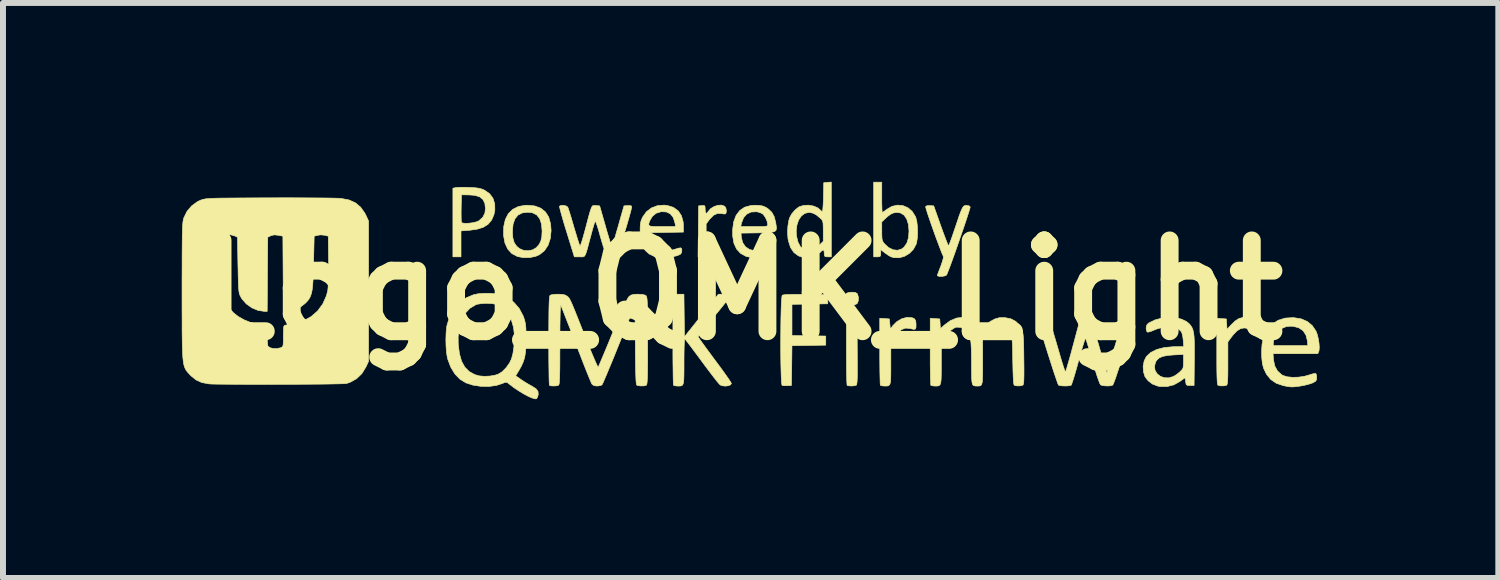
<source format=kicad_pcb>
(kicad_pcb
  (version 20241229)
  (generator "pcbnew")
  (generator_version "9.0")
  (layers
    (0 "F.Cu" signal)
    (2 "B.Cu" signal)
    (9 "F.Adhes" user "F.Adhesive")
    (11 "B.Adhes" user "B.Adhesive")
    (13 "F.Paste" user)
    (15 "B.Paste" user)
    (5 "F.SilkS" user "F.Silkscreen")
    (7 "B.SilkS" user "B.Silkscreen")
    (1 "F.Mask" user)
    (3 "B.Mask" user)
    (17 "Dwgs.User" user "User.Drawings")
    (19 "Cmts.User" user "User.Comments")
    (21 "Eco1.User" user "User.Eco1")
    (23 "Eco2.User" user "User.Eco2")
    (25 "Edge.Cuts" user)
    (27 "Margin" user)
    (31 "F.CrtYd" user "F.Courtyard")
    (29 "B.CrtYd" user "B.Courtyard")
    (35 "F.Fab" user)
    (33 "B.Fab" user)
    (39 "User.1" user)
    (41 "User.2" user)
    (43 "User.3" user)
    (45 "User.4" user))
  (footprint "Logo_QMK_Light"
    (layer "F.Cu")
    (at 9.393 1.819)
    (property "Reference" "Logo_QMK_Light" (at 0 0 0) (layer "F.SilkS") (effects (font (size 1.524 1.524) (thickness 0.3))))
    (attr through_hole)
    (fp_poly (pts (xy 1.91 0.039) (xy 1.94 0.056) (xy 1.947 0.067) (xy 1.962 0.119) (xy 1.961 0.176) (xy 1.943 0.221) (xy 1.938 0.227) (xy 1.901 0.246) (xy 1.848 0.253) (xy 1.794 0.249) (xy 1.761 0.237) (xy 1.742 0.207) (xy 1.736 0.147) (xy 1.736 0.144) (xy 1.741 0.087) (xy 1.761 0.053) (xy 1.802 0.038) (xy 1.858 0.034) (xy 1.91 0.039)) (stroke (width 0.01) (type solid)) (fill yes) (layer "F.SilkS"))
    (fp_poly (pts (xy 1.939 0.483) (xy 1.943 1.032) (xy 1.944 1.19) (xy 1.944 1.318) (xy 1.944 1.417) (xy 1.942 1.492) (xy 1.939 1.544) (xy 1.934 1.576) (xy 1.929 1.592) (xy 1.926 1.595) (xy 1.895 1.604) (xy 1.85 1.608) (xy 1.804 1.606) (xy 1.775 1.599) (xy 1.772 1.597) (xy 1.77 1.578) (xy 1.767 1.529) (xy 1.765 1.455) (xy 1.763 1.359) (xy 1.762 1.245) (xy 1.761 1.117) (xy 1.761 1.029) (xy 1.761 0.472) (xy 1.939 0.483)) (stroke (width 0.01) (type solid)) (fill yes) (layer "F.SilkS"))
    (fp_poly (pts (xy -0.283 -1.408) (xy -0.28 -1.406) (xy -0.262 -1.376) (xy -0.254 -1.335) (xy -0.258 -1.297) (xy -0.269 -1.28) (xy -0.294 -1.278) (xy -0.333 -1.285) (xy -0.401 -1.288) (xy -0.468 -1.258) (xy -0.531 -1.194) (xy -0.539 -1.184) (xy -0.593 -1.111) (xy -0.593 -0.559) (xy -0.729 -0.559) (xy -0.724 -0.986) (xy -0.72 -1.414) (xy -0.665 -1.419) (xy -0.63 -1.421) (xy -0.614 -1.41) (xy -0.61 -1.378) (xy -0.61 -1.356) (xy -0.605 -1.307) (xy -0.591 -1.288) (xy -0.571 -1.301) (xy -0.559 -1.32) (xy -0.519 -1.367) (xy -0.461 -1.403) (xy -0.396 -1.424) (xy -0.333 -1.427) (xy -0.283 -1.408)) (stroke (width 0.01) (type solid)) (fill yes) (layer "F.SilkS"))
    (fp_poly (pts (xy 1.077 0.072) (xy 1.448 0.076) (xy 1.448 0.229) (xy 0.847 0.238) (xy 0.847 0.761) (xy 1.13 0.766) (xy 1.414 0.77) (xy 1.414 0.923) (xy 0.847 0.932) (xy 0.843 1.266) (xy 0.838 1.6) (xy 0.77 1.603) (xy 0.722 1.604) (xy 0.686 1.599) (xy 0.682 1.598) (xy 0.676 1.579) (xy 0.671 1.531) (xy 0.667 1.457) (xy 0.664 1.361) (xy 0.661 1.249) (xy 0.659 1.124) (xy 0.658 0.99) (xy 0.658 0.852) (xy 0.659 0.713) (xy 0.66 0.578) (xy 0.662 0.452) (xy 0.665 0.337) (xy 0.668 0.24) (xy 0.673 0.162) (xy 0.678 0.11) (xy 0.683 0.087) (xy 0.684 0.086) (xy 0.706 0.079) (xy 0.755 0.074) (xy 0.832 0.072) (xy 0.939 0.071) (xy 1.077 0.072)) (stroke (width 0.01) (type solid)) (fill yes) (layer "F.SilkS"))
    (fp_poly (pts (xy 8.518 0.462) (xy 8.56 0.48) (xy 8.58 0.517) (xy 8.585 0.576) (xy 8.584 0.629) (xy 8.575 0.653) (xy 8.551 0.657) (xy 8.505 0.645) (xy 8.503 0.644) (xy 8.436 0.634) (xy 8.375 0.646) (xy 8.315 0.683) (xy 8.252 0.748) (xy 8.21 0.803) (xy 8.162 0.869) (xy 8.162 1.228) (xy 8.162 1.349) (xy 8.161 1.44) (xy 8.158 1.506) (xy 8.155 1.551) (xy 8.15 1.578) (xy 8.143 1.593) (xy 8.135 1.598) (xy 8.09 1.606) (xy 8.036 1.606) (xy 7.997 1.597) (xy 7.991 1.587) (xy 7.986 1.561) (xy 7.982 1.515) (xy 7.979 1.447) (xy 7.977 1.354) (xy 7.976 1.234) (xy 7.976 1.083) (xy 7.976 1.031) (xy 7.976 0.472) (xy 8.136 0.483) (xy 8.142 0.57) (xy 8.147 0.658) (xy 8.217 0.582) (xy 8.285 0.516) (xy 8.346 0.477) (xy 8.411 0.459) (xy 8.45 0.457) (xy 8.518 0.462)) (stroke (width 0.01) (type solid)) (fill yes) (layer "F.SilkS"))
    (fp_poly (pts (xy 2.861 0.462) (xy 2.903 0.48) (xy 2.924 0.516) (xy 2.929 0.575) (xy 2.929 0.576) (xy 2.928 0.627) (xy 2.917 0.653) (xy 2.891 0.658) (xy 2.842 0.647) (xy 2.824 0.643) (xy 2.752 0.637) (xy 2.683 0.663) (xy 2.613 0.721) (xy 2.572 0.77) (xy 2.506 0.858) (xy 2.506 1.223) (xy 2.506 1.347) (xy 2.505 1.441) (xy 2.503 1.509) (xy 2.497 1.556) (xy 2.487 1.585) (xy 2.471 1.601) (xy 2.449 1.608) (xy 2.42 1.609) (xy 2.398 1.609) (xy 2.356 1.605) (xy 2.332 1.598) (xy 2.331 1.597) (xy 2.328 1.578) (xy 2.326 1.529) (xy 2.324 1.455) (xy 2.322 1.359) (xy 2.321 1.245) (xy 2.32 1.117) (xy 2.32 1.029) (xy 2.32 0.472) (xy 2.4 0.477) (xy 2.481 0.483) (xy 2.489 0.567) (xy 2.498 0.652) (xy 2.54 0.595) (xy 2.606 0.529) (xy 2.686 0.482) (xy 2.769 0.458) (xy 2.792 0.457) (xy 2.861 0.462)) (stroke (width 0.01) (type solid)) (fill yes) (layer "F.SilkS"))
    (fp_poly (pts (xy -4.633 -1.726) (xy -4.576 -1.724) (xy -4.485 -1.72) (xy -4.419 -1.712) (xy -4.367 -1.7) (xy -4.321 -1.682) (xy -4.313 -1.678) (xy -4.229 -1.62) (xy -4.171 -1.543) (xy -4.141 -1.449) (xy -4.139 -1.343) (xy -4.154 -1.268) (xy -4.193 -1.176) (xy -4.252 -1.106) (xy -4.333 -1.055) (xy -4.44 -1.022) (xy -4.563 -1.005) (xy -4.707 -0.994) (xy -4.707 -0.559) (xy -4.843 -0.559) (xy -4.843 -1.297) (xy -4.705 -1.297) (xy -4.704 -1.223) (xy -4.703 -1.168) (xy -4.7 -1.139) (xy -4.699 -1.138) (xy -4.678 -1.125) (xy -4.634 -1.121) (xy -4.575 -1.123) (xy -4.512 -1.131) (xy -4.455 -1.144) (xy -4.411 -1.161) (xy -4.404 -1.166) (xy -4.34 -1.225) (xy -4.306 -1.293) (xy -4.297 -1.37) (xy -4.307 -1.457) (xy -4.339 -1.522) (xy -4.394 -1.566) (xy -4.475 -1.591) (xy -4.568 -1.598) (xy -4.699 -1.6) (xy -4.704 -1.381) (xy -4.705 -1.297) (xy -4.843 -1.297) (xy -4.843 -1.71) (xy -4.8 -1.72) (xy -4.766 -1.724) (xy -4.707 -1.726) (xy -4.633 -1.726)) (stroke (width 0.01) (type solid)) (fill yes) (layer "F.SilkS"))
    (fp_poly (pts (xy -3.468 -1.413) (xy -3.368 -1.375) (xy -3.29 -1.313) (xy -3.235 -1.226) (xy -3.204 -1.114) (xy -3.195 -0.999) (xy -3.208 -0.867) (xy -3.245 -0.755) (xy -3.305 -0.664) (xy -3.386 -0.598) (xy -3.452 -0.568) (xy -3.551 -0.547) (xy -3.656 -0.545) (xy -3.753 -0.563) (xy -3.765 -0.567) (xy -3.855 -0.615) (xy -3.923 -0.69) (xy -3.969 -0.789) (xy -3.992 -0.912) (xy -3.993 -0.925) (xy -3.992 -0.981) (xy -3.844 -0.981) (xy -3.837 -0.877) (xy -3.814 -0.797) (xy -3.772 -0.736) (xy -3.725 -0.697) (xy -3.657 -0.668) (xy -3.578 -0.662) (xy -3.503 -0.677) (xy -3.444 -0.713) (xy -3.397 -0.766) (xy -3.367 -0.824) (xy -3.351 -0.897) (xy -3.346 -0.992) (xy -3.356 -1.109) (xy -3.386 -1.199) (xy -3.436 -1.262) (xy -3.507 -1.298) (xy -3.585 -1.308) (xy -3.679 -1.296) (xy -3.751 -1.259) (xy -3.802 -1.196) (xy -3.833 -1.107) (xy -3.844 -0.99) (xy -3.844 -0.981) (xy -3.992 -0.981) (xy -3.99 -1.067) (xy -3.963 -1.186) (xy -3.913 -1.283) (xy -3.84 -1.355) (xy -3.745 -1.403) (xy -3.63 -1.424) (xy -3.591 -1.425) (xy -3.468 -1.413)) (stroke (width 0.01) (type solid)) (fill yes) (layer "F.SilkS"))
    (fp_poly (pts (xy -1.241 -1.42) (xy -1.139 -1.387) (xy -1.061 -1.329) (xy -1.008 -1.249) (xy -0.979 -1.146) (xy -0.975 -1.084) (xy -0.974 -0.974) (xy -1.558 -0.964) (xy -1.557 -0.91) (xy -1.544 -0.832) (xy -1.51 -0.76) (xy -1.461 -0.705) (xy -1.435 -0.689) (xy -1.363 -0.668) (xy -1.274 -0.661) (xy -1.182 -0.669) (xy -1.118 -0.686) (xy -1.056 -0.705) (xy -1.02 -0.71) (xy -1.004 -0.697) (xy -1.001 -0.667) (xy -1.002 -0.657) (xy -1.008 -0.625) (xy -1.024 -0.604) (xy -1.058 -0.587) (xy -1.101 -0.573) (xy -1.2 -0.552) (xy -1.306 -0.545) (xy -1.405 -0.552) (xy -1.464 -0.567) (xy -1.549 -0.607) (xy -1.611 -0.662) (xy -1.659 -0.738) (xy -1.68 -0.783) (xy -1.693 -0.826) (xy -1.699 -0.879) (xy -1.701 -0.951) (xy -1.701 -0.982) (xy -1.7 -1.063) (xy -1.696 -1.103) (xy -1.558 -1.103) (xy -1.55 -1.084) (xy -1.524 -1.073) (xy -1.475 -1.068) (xy -1.399 -1.067) (xy -1.332 -1.067) (xy -1.105 -1.067) (xy -1.117 -1.13) (xy -1.145 -1.219) (xy -1.193 -1.279) (xy -1.259 -1.312) (xy -1.345 -1.317) (xy -1.35 -1.316) (xy -1.432 -1.291) (xy -1.496 -1.238) (xy -1.535 -1.173) (xy -1.551 -1.132) (xy -1.558 -1.103) (xy -1.696 -1.103) (xy -1.695 -1.122) (xy -1.684 -1.168) (xy -1.665 -1.213) (xy -1.658 -1.228) (xy -1.595 -1.316) (xy -1.511 -1.38) (xy -1.411 -1.418) (xy -1.301 -1.427) (xy -1.241 -1.42)) (stroke (width 0.01) (type solid)) (fill yes) (layer "F.SilkS"))
    (fp_poly (pts (xy 2.354 -1.558) (xy 2.354 -1.469) (xy 2.356 -1.394) (xy 2.358 -1.339) (xy 2.361 -1.308) (xy 2.363 -1.304) (xy 2.381 -1.314) (xy 2.415 -1.338) (xy 2.435 -1.354) (xy 2.524 -1.406) (xy 2.617 -1.427) (xy 2.708 -1.419) (xy 2.793 -1.383) (xy 2.865 -1.321) (xy 2.919 -1.235) (xy 2.925 -1.22) (xy 2.942 -1.154) (xy 2.952 -1.066) (xy 2.955 -0.97) (xy 2.951 -0.877) (xy 2.939 -0.8) (xy 2.932 -0.774) (xy 2.886 -0.687) (xy 2.818 -0.617) (xy 2.736 -0.568) (xy 2.646 -0.543) (xy 2.554 -0.546) (xy 2.508 -0.56) (xy 2.471 -0.58) (xy 2.423 -0.613) (xy 2.402 -0.628) (xy 2.337 -0.68) (xy 2.337 -0.619) (xy 2.334 -0.579) (xy 2.32 -0.562) (xy 2.285 -0.559) (xy 2.278 -0.559) (xy 2.218 -0.559) (xy 2.218 -1.145) (xy 2.354 -1.145) (xy 2.354 -0.988) (xy 2.355 -0.913) (xy 2.358 -0.863) (xy 2.366 -0.828) (xy 2.381 -0.801) (xy 2.398 -0.78) (xy 2.468 -0.715) (xy 2.543 -0.678) (xy 2.618 -0.669) (xy 2.688 -0.691) (xy 2.726 -0.72) (xy 2.775 -0.789) (xy 2.803 -0.883) (xy 2.811 -0.991) (xy 2.801 -1.103) (xy 2.773 -1.193) (xy 2.729 -1.258) (xy 2.669 -1.295) (xy 2.614 -1.304) (xy 2.557 -1.298) (xy 2.505 -1.276) (xy 2.449 -1.234) (xy 2.417 -1.205) (xy 2.354 -1.145) (xy 2.218 -1.145) (xy 2.218 -1.812) (xy 2.354 -1.812) (xy 2.354 -1.558)) (stroke (width 0.01) (type solid)) (fill yes) (layer "F.SilkS"))
    (fp_poly (pts (xy 3.818 -1.415) (xy 3.838 -1.397) (xy 3.834 -1.377) (xy 3.82 -1.33) (xy 3.798 -1.26) (xy 3.769 -1.171) (xy 3.735 -1.069) (xy 3.696 -0.957) (xy 3.656 -0.84) (xy 3.615 -0.722) (xy 3.575 -0.608) (xy 3.537 -0.503) (xy 3.503 -0.41) (xy 3.474 -0.335) (xy 3.453 -0.281) (xy 3.441 -0.254) (xy 3.439 -0.252) (xy 3.411 -0.239) (xy 3.367 -0.231) (xy 3.324 -0.231) (xy 3.315 -0.232) (xy 3.29 -0.241) (xy 3.285 -0.245) (xy 3.291 -0.262) (xy 3.306 -0.304) (xy 3.328 -0.362) (xy 3.343 -0.399) (xy 3.372 -0.483) (xy 3.387 -0.539) (xy 3.386 -0.571) (xy 3.384 -0.575) (xy 3.37 -0.605) (xy 3.347 -0.661) (xy 3.319 -0.735) (xy 3.286 -0.823) (xy 3.25 -0.92) (xy 3.214 -1.021) (xy 3.179 -1.12) (xy 3.148 -1.211) (xy 3.121 -1.29) (xy 3.102 -1.352) (xy 3.091 -1.391) (xy 3.09 -1.402) (xy 3.114 -1.418) (xy 3.162 -1.419) (xy 3.226 -1.414) (xy 3.344 -1.08) (xy 3.38 -0.98) (xy 3.413 -0.892) (xy 3.44 -0.821) (xy 3.461 -0.771) (xy 3.473 -0.747) (xy 3.474 -0.745) (xy 3.483 -0.76) (xy 3.5 -0.803) (xy 3.524 -0.867) (xy 3.552 -0.949) (xy 3.582 -1.037) (xy 3.623 -1.158) (xy 3.654 -1.251) (xy 3.68 -1.319) (xy 3.7 -1.366) (xy 3.718 -1.396) (xy 3.735 -1.413) (xy 3.752 -1.421) (xy 3.773 -1.422) (xy 3.777 -1.422) (xy 3.818 -1.415)) (stroke (width 0.01) (type solid)) (fill yes) (layer "F.SilkS"))
    (fp_poly (pts (xy 0.301 -1.422) (xy 0.36 -1.411) (xy 0.411 -1.389) (xy 0.453 -1.36) (xy 0.51 -1.305) (xy 0.549 -1.233) (xy 0.574 -1.136) (xy 0.576 -1.123) (xy 0.584 -1.069) (xy 0.586 -1.029) (xy 0.577 -1.001) (xy 0.554 -0.983) (xy 0.511 -0.972) (xy 0.446 -0.966) (xy 0.354 -0.963) (xy 0.275 -0.961) (xy -0.008 -0.957) (xy -0.003 -0.889) (xy 0.019 -0.798) (xy 0.066 -0.729) (xy 0.134 -0.683) (xy 0.223 -0.66) (xy 0.329 -0.662) (xy 0.433 -0.686) (xy 0.491 -0.703) (xy 0.523 -0.708) (xy 0.538 -0.7) (xy 0.542 -0.678) (xy 0.542 -0.66) (xy 0.537 -0.623) (xy 0.515 -0.599) (xy 0.478 -0.581) (xy 0.413 -0.563) (xy 0.329 -0.551) (xy 0.238 -0.547) (xy 0.153 -0.551) (xy 0.087 -0.563) (xy 0.078 -0.566) (xy -0.014 -0.616) (xy -0.082 -0.689) (xy -0.127 -0.786) (xy -0.148 -0.908) (xy -0.149 -1.014) (xy -0.142 -1.067) (xy -0.013 -1.067) (xy 0.213 -1.067) (xy 0.305 -1.067) (xy 0.368 -1.068) (xy 0.407 -1.072) (xy 0.429 -1.077) (xy 0.438 -1.087) (xy 0.44 -1.1) (xy 0.44 -1.101) (xy 0.429 -1.158) (xy 0.401 -1.221) (xy 0.364 -1.271) (xy 0.359 -1.276) (xy 0.319 -1.298) (xy 0.265 -1.314) (xy 0.249 -1.316) (xy 0.161 -1.311) (xy 0.089 -1.277) (xy 0.035 -1.216) (xy 0.001 -1.129) (xy 0.000086 -1.126) (xy -0.013 -1.067) (xy -0.142 -1.067) (xy -0.131 -1.147) (xy -0.091 -1.254) (xy -0.029 -1.336) (xy 0.053 -1.392) (xy 0.156 -1.42) (xy 0.22 -1.425) (xy 0.301 -1.422)) (stroke (width 0.01) (type solid)) (fill yes) (layer "F.SilkS"))
    (fp_poly (pts (xy 1.507 -0.559) (xy 1.448 -0.559) (xy 1.408 -0.561) (xy 1.392 -0.576) (xy 1.389 -0.614) (xy 1.389 -0.618) (xy 1.384 -0.662) (xy 1.369 -0.675) (xy 1.342 -0.656) (xy 1.328 -0.641) (xy 1.272 -0.597) (xy 1.198 -0.563) (xy 1.12 -0.544) (xy 1.092 -0.542) (xy 1.034 -0.55) (xy 0.97 -0.57) (xy 0.952 -0.578) (xy 0.878 -0.633) (xy 0.823 -0.715) (xy 0.788 -0.825) (xy 0.78 -0.864) (xy 0.773 -0.964) (xy 0.774 -0.993) (xy 0.918 -0.993) (xy 0.923 -0.909) (xy 0.948 -0.807) (xy 0.988 -0.73) (xy 1.043 -0.682) (xy 1.111 -0.663) (xy 1.189 -0.675) (xy 1.197 -0.678) (xy 1.237 -0.701) (xy 1.286 -0.738) (xy 1.308 -0.758) (xy 1.372 -0.82) (xy 1.372 -0.991) (xy 1.371 -1.069) (xy 1.369 -1.121) (xy 1.362 -1.155) (xy 1.351 -1.178) (xy 1.332 -1.199) (xy 1.325 -1.205) (xy 1.259 -1.26) (xy 1.203 -1.291) (xy 1.148 -1.303) (xy 1.129 -1.304) (xy 1.061 -1.288) (xy 1.004 -1.244) (xy 0.959 -1.177) (xy 0.93 -1.092) (xy 0.918 -0.993) (xy 0.774 -0.993) (xy 0.778 -1.07) (xy 0.794 -1.169) (xy 0.81 -1.22) (xy 0.845 -1.283) (xy 0.899 -1.345) (xy 0.957 -1.392) (xy 0.969 -1.399) (xy 1.042 -1.422) (xy 1.125 -1.426) (xy 1.207 -1.412) (xy 1.279 -1.382) (xy 1.32 -1.347) (xy 1.344 -1.325) (xy 1.356 -1.321) (xy 1.362 -1.337) (xy 1.367 -1.381) (xy 1.371 -1.446) (xy 1.375 -1.528) (xy 1.375 -1.562) (xy 1.38 -1.803) (xy 1.444 -1.809) (xy 1.507 -1.814) (xy 1.507 -0.559)) (stroke (width 0.01) (type solid)) (fill yes) (layer "F.SilkS"))
    (fp_poly (pts (xy 9.263 0.461) (xy 9.39 0.481) (xy 9.495 0.526) (xy 9.579 0.596) (xy 9.641 0.688) (xy 9.662 0.744) (xy 9.679 0.814) (xy 9.691 0.889) (xy 9.696 0.959) (xy 9.692 1.011) (xy 9.688 1.027) (xy 9.67 1.067) (xy 8.92 1.067) (xy 8.927 1.167) (xy 8.948 1.271) (xy 8.995 1.356) (xy 9.064 1.419) (xy 9.087 1.432) (xy 9.157 1.454) (xy 9.247 1.463) (xy 9.348 1.46) (xy 9.449 1.445) (xy 9.523 1.424) (xy 9.577 1.407) (xy 9.619 1.398) (xy 9.637 1.398) (xy 9.647 1.42) (xy 9.652 1.46) (xy 9.652 1.467) (xy 9.649 1.504) (xy 9.633 1.529) (xy 9.597 1.55) (xy 9.578 1.559) (xy 9.517 1.579) (xy 9.436 1.599) (xy 9.348 1.614) (xy 9.268 1.623) (xy 9.229 1.624) (xy 9.188 1.62) (xy 9.131 1.61) (xy 9.091 1.602) (xy 8.975 1.563) (xy 8.882 1.5) (xy 8.809 1.41) (xy 8.762 1.312) (xy 8.741 1.232) (xy 8.73 1.13) (xy 8.728 1.019) (xy 8.735 0.911) (xy 8.74 0.886) (xy 8.924 0.886) (xy 8.924 0.931) (xy 9.504 0.931) (xy 9.496 0.849) (xy 9.472 0.754) (xy 9.424 0.681) (xy 9.351 0.631) (xy 9.258 0.607) (xy 9.217 0.605) (xy 9.144 0.611) (xy 9.084 0.635) (xy 9.062 0.648) (xy 9.006 0.699) (xy 8.96 0.767) (xy 8.931 0.84) (xy 8.924 0.886) (xy 8.74 0.886) (xy 8.752 0.817) (xy 8.763 0.78) (xy 8.822 0.663) (xy 8.904 0.572) (xy 9.005 0.506) (xy 9.123 0.469) (xy 9.258 0.461) (xy 9.263 0.461)) (stroke (width 0.01) (type solid)) (fill yes) (layer "F.SilkS"))
    (fp_poly (pts (xy -0.957 0.782) (xy -0.672 0.425) (xy -0.388 0.068) (xy -0.298 0.068) (xy -0.246 0.07) (xy -0.209 0.074) (xy -0.199 0.078) (xy -0.194 0.088) (xy -0.197 0.103) (xy -0.21 0.127) (xy -0.234 0.164) (xy -0.273 0.214) (xy -0.328 0.283) (xy -0.401 0.372) (xy -0.469 0.454) (xy -0.541 0.542) (xy -0.606 0.621) (xy -0.66 0.689) (xy -0.7 0.74) (xy -0.723 0.772) (xy -0.728 0.781) (xy -0.718 0.798) (xy -0.691 0.838) (xy -0.648 0.898) (xy -0.593 0.974) (xy -0.527 1.063) (xy -0.455 1.161) (xy -0.449 1.169) (xy -0.375 1.268) (xy -0.309 1.358) (xy -0.253 1.437) (xy -0.209 1.5) (xy -0.181 1.544) (xy -0.169 1.565) (xy -0.169 1.565) (xy -0.184 1.589) (xy -0.222 1.604) (xy -0.272 1.61) (xy -0.323 1.604) (xy -0.356 1.592) (xy -0.374 1.574) (xy -0.409 1.533) (xy -0.458 1.471) (xy -0.518 1.393) (xy -0.586 1.303) (xy -0.659 1.205) (xy -0.661 1.202) (xy -0.733 1.104) (xy -0.8 1.015) (xy -0.857 0.938) (xy -0.903 0.878) (xy -0.935 0.837) (xy -0.949 0.821) (xy -0.95 0.82) (xy -0.955 0.834) (xy -0.959 0.877) (xy -0.962 0.949) (xy -0.964 1.045) (xy -0.965 1.162) (xy -0.965 1.199) (xy -0.965 1.328) (xy -0.966 1.426) (xy -0.968 1.498) (xy -0.973 1.548) (xy -0.982 1.58) (xy -0.996 1.599) (xy -1.016 1.607) (xy -1.043 1.609) (xy -1.074 1.609) (xy -1.115 1.605) (xy -1.14 1.598) (xy -1.14 1.597) (xy -1.143 1.579) (xy -1.145 1.529) (xy -1.147 1.453) (xy -1.148 1.354) (xy -1.15 1.234) (xy -1.151 1.098) (xy -1.151 0.948) (xy -1.151 0.827) (xy -1.151 0.068) (xy -0.966 0.068) (xy -0.957 0.782)) (stroke (width 0.01) (type solid)) (fill yes) (layer "F.SilkS"))
    (fp_poly (pts (xy 7.28 0.464) (xy 7.382 0.486) (xy 7.467 0.526) (xy 7.516 0.567) (xy 7.542 0.599) (xy 7.562 0.632) (xy 7.577 0.672) (xy 7.588 0.722) (xy 7.595 0.786) (xy 7.599 0.869) (xy 7.6 0.976) (xy 7.6 1.11) (xy 7.599 1.18) (xy 7.595 1.6) (xy 7.527 1.6) (xy 7.483 1.598) (xy 7.463 1.586) (xy 7.456 1.555) (xy 7.454 1.537) (xy 7.449 1.496) (xy 7.443 1.474) (xy 7.441 1.473) (xy 7.425 1.483) (xy 7.39 1.507) (xy 7.358 1.531) (xy 7.255 1.589) (xy 7.14 1.618) (xy 7.021 1.617) (xy 6.983 1.609) (xy 6.895 1.575) (xy 6.821 1.518) (xy 6.771 1.452) (xy 6.745 1.369) (xy 6.74 1.281) (xy 6.93 1.281) (xy 6.94 1.346) (xy 6.974 1.402) (xy 7.026 1.444) (xy 7.092 1.469) (xy 7.167 1.472) (xy 7.245 1.45) (xy 7.253 1.446) (xy 7.301 1.416) (xy 7.351 1.376) (xy 7.362 1.366) (xy 7.391 1.336) (xy 7.408 1.308) (xy 7.415 1.271) (xy 7.417 1.213) (xy 7.417 1.197) (xy 7.417 1.079) (xy 7.252 1.087) (xy 7.144 1.096) (xy 7.064 1.113) (xy 7.007 1.139) (xy 6.967 1.178) (xy 6.948 1.209) (xy 6.93 1.281) (xy 6.74 1.281) (xy 6.74 1.277) (xy 6.757 1.188) (xy 6.794 1.114) (xy 6.795 1.113) (xy 6.867 1.046) (xy 6.967 0.996) (xy 7.094 0.963) (xy 7.246 0.949) (xy 7.294 0.948) (xy 7.421 0.948) (xy 7.413 0.842) (xy 7.405 0.779) (xy 7.392 0.725) (xy 7.381 0.698) (xy 7.332 0.65) (xy 7.261 0.621) (xy 7.173 0.612) (xy 7.073 0.622) (xy 6.969 0.652) (xy 6.931 0.667) (xy 6.876 0.69) (xy 6.832 0.703) (xy 6.808 0.703) (xy 6.796 0.68) (xy 6.79 0.639) (xy 6.79 0.635) (xy 6.797 0.592) (xy 6.822 0.56) (xy 6.845 0.545) (xy 6.944 0.498) (xy 7.054 0.469) (xy 7.169 0.458) (xy 7.28 0.464)) (stroke (width 0.01) (type solid)) (fill yes) (layer "F.SilkS"))
    (fp_poly (pts (xy -2.946 -1.414) (xy -2.918 -1.396) (xy -2.915 -1.393) (xy -2.906 -1.368) (xy -2.889 -1.316) (xy -2.866 -1.242) (xy -2.84 -1.154) (xy -2.812 -1.058) (xy -2.783 -0.962) (xy -2.757 -0.876) (xy -2.735 -0.807) (xy -2.719 -0.76) (xy -2.711 -0.74) (xy -2.711 -0.74) (xy -2.703 -0.752) (xy -2.688 -0.791) (xy -2.668 -0.854) (xy -2.645 -0.935) (xy -2.619 -1.03) (xy -2.617 -1.037) (xy -2.585 -1.159) (xy -2.56 -1.253) (xy -2.54 -1.322) (xy -2.524 -1.369) (xy -2.511 -1.399) (xy -2.498 -1.415) (xy -2.483 -1.421) (xy -2.465 -1.421) (xy -2.443 -1.419) (xy -2.38 -1.414) (xy -2.284 -1.079) (xy -2.255 -0.977) (xy -2.228 -0.887) (xy -2.206 -0.814) (xy -2.189 -0.762) (xy -2.18 -0.736) (xy -2.179 -0.734) (xy -2.175 -0.732) (xy -2.171 -0.736) (xy -2.165 -0.75) (xy -2.156 -0.776) (xy -2.143 -0.818) (xy -2.124 -0.881) (xy -2.1 -0.967) (xy -2.067 -1.079) (xy -2.044 -1.162) (xy -1.972 -1.414) (xy -1.915 -1.419) (xy -1.872 -1.419) (xy -1.845 -1.411) (xy -1.844 -1.41) (xy -1.844 -1.39) (xy -1.854 -1.342) (xy -1.873 -1.27) (xy -1.899 -1.178) (xy -1.93 -1.07) (xy -1.959 -0.977) (xy -2.088 -0.559) (xy -2.267 -0.559) (xy -2.309 -0.699) (xy -2.334 -0.781) (xy -2.363 -0.879) (xy -2.39 -0.975) (xy -2.398 -1.004) (xy -2.419 -1.071) (xy -2.437 -1.122) (xy -2.45 -1.152) (xy -2.456 -1.156) (xy -2.464 -1.136) (xy -2.479 -1.089) (xy -2.499 -1.022) (xy -2.521 -0.94) (xy -2.53 -0.906) (xy -2.561 -0.791) (xy -2.584 -0.704) (xy -2.602 -0.642) (xy -2.617 -0.601) (xy -2.631 -0.575) (xy -2.647 -0.563) (xy -2.667 -0.558) (xy -2.692 -0.558) (xy -2.716 -0.559) (xy -2.805 -0.559) (xy -2.934 -0.977) (xy -2.969 -1.09) (xy -2.999 -1.193) (xy -3.024 -1.28) (xy -3.042 -1.349) (xy -3.053 -1.393) (xy -3.055 -1.409) (xy -3.029 -1.422) (xy -2.988 -1.423) (xy -2.946 -1.414)) (stroke (width 0.01) (type solid)) (fill yes) (layer "F.SilkS"))
    (fp_poly (pts (xy -4.208 0.054) (xy -4.11 0.063) (xy -4.055 0.074) (xy -3.93 0.124) (xy -3.821 0.203) (xy -3.731 0.306) (xy -3.665 0.43) (xy -3.657 0.451) (xy -3.64 0.501) (xy -3.629 0.548) (xy -3.621 0.599) (xy -3.617 0.662) (xy -3.615 0.745) (xy -3.615 0.813) (xy -3.617 0.942) (xy -3.625 1.045) (xy -3.639 1.131) (xy -3.663 1.206) (xy -3.697 1.28) (xy -3.731 1.341) (xy -3.789 1.437) (xy -3.694 1.504) (xy -3.628 1.547) (xy -3.557 1.589) (xy -3.511 1.614) (xy -3.447 1.656) (xy -3.414 1.701) (xy -3.411 1.754) (xy -3.42 1.785) (xy -3.433 1.814) (xy -3.448 1.825) (xy -3.477 1.821) (xy -3.526 1.805) (xy -3.584 1.779) (xy -3.658 1.739) (xy -3.738 1.69) (xy -3.815 1.639) (xy -3.878 1.591) (xy -3.882 1.588) (xy -3.921 1.557) (xy -3.948 1.545) (xy -3.974 1.549) (xy -4.004 1.563) (xy -4.113 1.599) (xy -4.239 1.616) (xy -4.374 1.614) (xy -4.506 1.594) (xy -4.624 1.556) (xy -4.724 1.495) (xy -4.81 1.406) (xy -4.879 1.292) (xy -4.929 1.159) (xy -4.936 1.131) (xy -4.95 1.046) (xy -4.958 0.941) (xy -4.961 0.827) (xy -4.959 0.786) (xy -4.755 0.786) (xy -4.753 0.913) (xy -4.733 1.068) (xy -4.697 1.194) (xy -4.642 1.293) (xy -4.568 1.367) (xy -4.474 1.418) (xy -4.399 1.439) (xy -4.316 1.446) (xy -4.222 1.442) (xy -4.133 1.426) (xy -4.085 1.411) (xy -4.015 1.368) (xy -3.948 1.3) (xy -3.891 1.219) (xy -3.86 1.154) (xy -3.836 1.066) (xy -3.82 0.956) (xy -3.812 0.838) (xy -3.814 0.723) (xy -3.826 0.624) (xy -3.864 0.493) (xy -3.921 0.385) (xy -3.996 0.303) (xy -4.086 0.249) (xy -4.113 0.239) (xy -4.185 0.226) (xy -4.271 0.221) (xy -4.358 0.225) (xy -4.431 0.236) (xy -4.459 0.245) (xy -4.559 0.305) (xy -4.639 0.391) (xy -4.7 0.501) (xy -4.739 0.633) (xy -4.755 0.786) (xy -4.959 0.786) (xy -4.957 0.716) (xy -4.948 0.622) (xy -4.942 0.589) (xy -4.895 0.437) (xy -4.824 0.309) (xy -4.73 0.204) (xy -4.613 0.125) (xy -4.494 0.076) (xy -4.414 0.06) (xy -4.314 0.053) (xy -4.208 0.054)) (stroke (width 0.01) (type solid)) (fill yes) (layer "F.SilkS"))
    (fp_poly (pts (xy 5.187 0.555) (xy 5.199 0.594) (xy 5.218 0.661) (xy 5.243 0.748) (xy 5.273 0.849) (xy 5.305 0.959) (xy 5.318 1.003) (xy 5.349 1.109) (xy 5.377 1.203) (xy 5.401 1.28) (xy 5.42 1.336) (xy 5.432 1.367) (xy 5.435 1.372) (xy 5.442 1.356) (xy 5.457 1.312) (xy 5.477 1.243) (xy 5.503 1.154) (xy 5.532 1.05) (xy 5.563 0.933) (xy 5.565 0.927) (xy 5.684 0.483) (xy 5.865 0.483) (xy 5.997 0.931) (xy 6.031 1.049) (xy 6.062 1.155) (xy 6.089 1.247) (xy 6.11 1.319) (xy 6.124 1.368) (xy 6.13 1.388) (xy 6.13 1.389) (xy 6.135 1.375) (xy 6.148 1.333) (xy 6.169 1.265) (xy 6.196 1.175) (xy 6.229 1.067) (xy 6.265 0.944) (xy 6.305 0.809) (xy 6.346 0.666) (xy 6.376 0.563) (xy 6.402 0.474) (xy 6.485 0.474) (xy 6.535 0.477) (xy 6.569 0.484) (xy 6.577 0.489) (xy 6.575 0.509) (xy 6.564 0.557) (xy 6.545 0.627) (xy 6.519 0.716) (xy 6.488 0.819) (xy 6.454 0.93) (xy 6.418 1.046) (xy 6.381 1.162) (xy 6.345 1.273) (xy 6.311 1.374) (xy 6.282 1.462) (xy 6.257 1.53) (xy 6.239 1.576) (xy 6.229 1.593) (xy 6.192 1.605) (xy 6.138 1.608) (xy 6.081 1.604) (xy 6.036 1.594) (xy 6.025 1.587) (xy 6.012 1.565) (xy 5.993 1.515) (xy 5.967 1.441) (xy 5.938 1.349) (xy 5.906 1.242) (xy 5.892 1.194) (xy 5.861 1.087) (xy 5.833 0.99) (xy 5.808 0.909) (xy 5.789 0.849) (xy 5.777 0.814) (xy 5.774 0.808) (xy 5.767 0.82) (xy 5.752 0.86) (xy 5.732 0.924) (xy 5.706 1.009) (xy 5.678 1.109) (xy 5.656 1.189) (xy 5.626 1.299) (xy 5.597 1.399) (xy 5.572 1.483) (xy 5.551 1.547) (xy 5.537 1.586) (xy 5.531 1.596) (xy 5.501 1.604) (xy 5.451 1.608) (xy 5.395 1.607) (xy 5.346 1.602) (xy 5.322 1.595) (xy 5.312 1.577) (xy 5.295 1.53) (xy 5.271 1.461) (xy 5.241 1.373) (xy 5.208 1.271) (xy 5.173 1.161) (xy 5.136 1.045) (xy 5.1 0.93) (xy 5.066 0.819) (xy 5.036 0.718) (xy 5.011 0.631) (xy 4.992 0.563) (xy 4.981 0.518) (xy 4.978 0.504) (xy 4.984 0.486) (xy 5.006 0.477) (xy 5.052 0.474) (xy 5.071 0.474) (xy 5.163 0.474) (xy 5.187 0.555)) (stroke (width 0.01) (type solid)) (fill yes) (layer "F.SilkS"))
    (fp_poly (pts (xy 3.818 0.477) (xy 3.831 0.482) (xy 3.878 0.51) (xy 3.929 0.554) (xy 3.973 0.602) (xy 3.999 0.644) (xy 4 0.646) (xy 4.015 0.651) (xy 4.048 0.63) (xy 4.085 0.598) (xy 4.171 0.528) (xy 4.25 0.484) (xy 4.329 0.462) (xy 4.412 0.46) (xy 4.519 0.48) (xy 4.604 0.525) (xy 4.669 0.596) (xy 4.693 0.638) (xy 4.705 0.665) (xy 4.715 0.691) (xy 4.722 0.721) (xy 4.727 0.761) (xy 4.731 0.814) (xy 4.734 0.886) (xy 4.736 0.98) (xy 4.738 1.103) (xy 4.738 1.15) (xy 4.74 1.287) (xy 4.74 1.394) (xy 4.739 1.474) (xy 4.737 1.53) (xy 4.732 1.567) (xy 4.727 1.587) (xy 4.721 1.594) (xy 4.684 1.605) (xy 4.634 1.607) (xy 4.589 1.601) (xy 4.578 1.596) (xy 4.57 1.578) (xy 4.564 1.534) (xy 4.56 1.462) (xy 4.556 1.36) (xy 4.553 1.227) (xy 4.552 1.185) (xy 4.55 1.055) (xy 4.548 0.955) (xy 4.544 0.879) (xy 4.54 0.823) (xy 4.534 0.783) (xy 4.527 0.755) (xy 4.517 0.733) (xy 4.517 0.733) (xy 4.465 0.667) (xy 4.398 0.63) (xy 4.346 0.623) (xy 4.293 0.629) (xy 4.243 0.648) (xy 4.189 0.687) (xy 4.127 0.742) (xy 4.047 0.82) (xy 4.047 1.204) (xy 4.047 1.331) (xy 4.046 1.428) (xy 4.044 1.5) (xy 4.039 1.549) (xy 4.03 1.581) (xy 4.018 1.599) (xy 3.999 1.607) (xy 3.975 1.609) (xy 3.954 1.609) (xy 3.924 1.608) (xy 3.901 1.604) (xy 3.884 1.593) (xy 3.873 1.57) (xy 3.866 1.53) (xy 3.862 1.471) (xy 3.861 1.387) (xy 3.86 1.274) (xy 3.86 1.239) (xy 3.859 1.095) (xy 3.856 0.98) (xy 3.851 0.891) (xy 3.844 0.823) (xy 3.833 0.771) (xy 3.819 0.732) (xy 3.8 0.7) (xy 3.798 0.697) (xy 3.747 0.652) (xy 3.679 0.625) (xy 3.609 0.621) (xy 3.601 0.622) (xy 3.566 0.638) (xy 3.517 0.671) (xy 3.463 0.715) (xy 3.453 0.724) (xy 3.353 0.816) (xy 3.353 1.202) (xy 3.353 1.33) (xy 3.352 1.427) (xy 3.35 1.499) (xy 3.344 1.549) (xy 3.335 1.581) (xy 3.321 1.599) (xy 3.301 1.607) (xy 3.274 1.609) (xy 3.244 1.609) (xy 3.203 1.605) (xy 3.178 1.598) (xy 3.178 1.597) (xy 3.175 1.578) (xy 3.173 1.529) (xy 3.17 1.455) (xy 3.169 1.359) (xy 3.167 1.245) (xy 3.167 1.117) (xy 3.167 1.029) (xy 3.167 0.472) (xy 3.327 0.483) (xy 3.333 0.564) (xy 3.338 0.646) (xy 3.404 0.586) (xy 3.506 0.511) (xy 3.611 0.468) (xy 3.716 0.456) (xy 3.818 0.477)) (stroke (width 0.01) (type solid)) (fill yes) (layer "F.SilkS"))
    (fp_poly (pts (xy -1.662 0.072) (xy -1.616 0.084) (xy -1.601 0.094) (xy -1.595 0.104) (xy -1.59 0.121) (xy -1.585 0.148) (xy -1.582 0.189) (xy -1.579 0.245) (xy -1.577 0.321) (xy -1.576 0.419) (xy -1.575 0.543) (xy -1.575 0.694) (xy -1.575 0.855) (xy -1.575 1.033) (xy -1.575 1.18) (xy -1.576 1.299) (xy -1.577 1.394) (xy -1.579 1.466) (xy -1.582 1.519) (xy -1.585 1.556) (xy -1.589 1.579) (xy -1.595 1.592) (xy -1.601 1.598) (xy -1.602 1.598) (xy -1.645 1.607) (xy -1.697 1.607) (xy -1.742 1.601) (xy -1.757 1.595) (xy -1.762 1.583) (xy -1.767 1.554) (xy -1.771 1.505) (xy -1.774 1.434) (xy -1.777 1.339) (xy -1.779 1.216) (xy -1.781 1.064) (xy -1.782 0.911) (xy -1.786 0.241) (xy -2.055 0.906) (xy -2.112 1.048) (xy -2.166 1.181) (xy -2.216 1.3) (xy -2.259 1.404) (xy -2.295 1.488) (xy -2.321 1.549) (xy -2.338 1.583) (xy -2.342 1.59) (xy -2.37 1.602) (xy -2.415 1.608) (xy -2.424 1.609) (xy -2.476 1.602) (xy -2.508 1.578) (xy -2.513 1.571) (xy -2.524 1.547) (xy -2.546 1.495) (xy -2.577 1.419) (xy -2.616 1.322) (xy -2.661 1.208) (xy -2.71 1.08) (xy -2.763 0.943) (xy -2.777 0.906) (xy -2.831 0.767) (xy -2.88 0.638) (xy -2.926 0.522) (xy -2.965 0.422) (xy -2.996 0.342) (xy -3.019 0.286) (xy -3.031 0.257) (xy -3.032 0.254) (xy -3.036 0.264) (xy -3.039 0.306) (xy -3.042 0.375) (xy -3.044 0.47) (xy -3.046 0.588) (xy -3.047 0.726) (xy -3.047 0.88) (xy -3.047 0.908) (xy -3.048 1.079) (xy -3.048 1.22) (xy -3.049 1.332) (xy -3.051 1.42) (xy -3.053 1.486) (xy -3.056 1.534) (xy -3.059 1.566) (xy -3.064 1.585) (xy -3.07 1.595) (xy -3.075 1.598) (xy -3.112 1.606) (xy -3.16 1.608) (xy -3.202 1.605) (xy -3.223 1.597) (xy -3.225 1.579) (xy -3.228 1.529) (xy -3.23 1.453) (xy -3.231 1.354) (xy -3.233 1.235) (xy -3.234 1.099) (xy -3.234 0.951) (xy -3.234 0.847) (xy -3.234 0.656) (xy -3.233 0.497) (xy -3.232 0.368) (xy -3.23 0.266) (xy -3.227 0.189) (xy -3.223 0.135) (xy -3.219 0.102) (xy -3.214 0.088) (xy -3.186 0.077) (xy -3.134 0.07) (xy -3.081 0.068) (xy -3.009 0.071) (xy -2.961 0.081) (xy -2.926 0.101) (xy -2.926 0.101) (xy -2.914 0.111) (xy -2.903 0.121) (xy -2.892 0.136) (xy -2.879 0.157) (xy -2.864 0.188) (xy -2.844 0.232) (xy -2.819 0.291) (xy -2.787 0.37) (xy -2.747 0.47) (xy -2.698 0.594) (xy -2.638 0.746) (xy -2.616 0.801) (xy -2.567 0.923) (xy -2.522 1.034) (xy -2.482 1.129) (xy -2.449 1.206) (xy -2.424 1.26) (xy -2.409 1.289) (xy -2.405 1.292) (xy -2.396 1.274) (xy -2.376 1.228) (xy -2.346 1.157) (xy -2.308 1.067) (xy -2.263 0.959) (xy -2.213 0.838) (xy -2.161 0.711) (xy -2.089 0.536) (xy -2.027 0.392) (xy -1.977 0.277) (xy -1.937 0.193) (xy -1.908 0.136) (xy -1.888 0.107) (xy -1.886 0.106) (xy -1.855 0.084) (xy -1.815 0.072) (xy -1.757 0.068) (xy -1.736 0.068) (xy -1.662 0.072)) (stroke (width 0.01) (type solid)) (fill yes) (layer "F.SilkS"))
    (fp_poly (pts (xy -7.541 -1.55) (xy -7.367 -1.549) (xy -7.206 -1.548) (xy -7.062 -1.547) (xy -6.938 -1.546) (xy -6.838 -1.544) (xy -6.765 -1.542) (xy -6.722 -1.539) (xy -6.719 -1.539) (xy -6.587 -1.514) (xy -6.478 -1.465) (xy -6.391 -1.392) (xy -6.321 -1.293) (xy -6.301 -1.253) (xy -6.258 -1.16) (xy -6.258 1.194) (xy -6.301 1.287) (xy -6.37 1.4) (xy -6.461 1.487) (xy -6.572 1.548) (xy -6.629 1.566) (xy -6.656 1.569) (xy -6.712 1.571) (xy -6.796 1.573) (xy -6.903 1.575) (xy -7.029 1.577) (xy -7.173 1.578) (xy -7.329 1.579) (xy -7.494 1.58) (xy -7.666 1.581) (xy -7.84 1.581) (xy -8.013 1.582) (xy -8.182 1.582) (xy -8.342 1.581) (xy -8.491 1.58) (xy -8.626 1.579) (xy -8.741 1.578) (xy -8.835 1.577) (xy -8.904 1.575) (xy -8.942 1.572) (xy -9.058 1.55) (xy -9.154 1.506) (xy -9.24 1.436) (xy -9.257 1.418) (xy -9.281 1.392) (xy -9.303 1.367) (xy -9.321 1.342) (xy -9.336 1.315) (xy -9.349 1.282) (xy -9.36 1.241) (xy -9.368 1.189) (xy -9.375 1.125) (xy -9.379 1.045) (xy -9.383 0.948) (xy -9.385 0.83) (xy -9.387 0.689) (xy -9.387 0.522) (xy -9.388 0.328) (xy -9.388 0.103) (xy -9.388 0.017) (xy -9.388 -0.209) (xy -9.387 -0.404) (xy -9.387 -0.569) (xy -9.386 -0.709) (xy -9.385 -0.825) (xy -9.384 -0.897) (xy -8.724 -0.897) (xy -8.716 -0.427) (xy -8.713 -0.274) (xy -8.71 -0.151) (xy -8.705 -0.052) (xy -8.698 0.026) (xy -8.689 0.089) (xy -8.676 0.14) (xy -8.659 0.184) (xy -8.638 0.226) (xy -8.614 0.266) (xy -8.575 0.321) (xy -8.532 0.372) (xy -8.522 0.382) (xy -8.446 0.442) (xy -8.349 0.497) (xy -8.243 0.54) (xy -8.139 0.568) (xy -8.066 0.576) (xy -8.019 0.577) (xy -7.988 0.586) (xy -7.97 0.607) (xy -7.961 0.647) (xy -7.959 0.712) (xy -7.958 0.76) (xy -7.957 0.832) (xy -7.954 0.892) (xy -7.949 0.932) (xy -7.946 0.941) (xy -7.911 0.966) (xy -7.856 0.98) (xy -7.792 0.98) (xy -7.731 0.966) (xy -7.712 0.957) (xy -7.699 0.944) (xy -7.692 0.921) (xy -7.689 0.881) (xy -7.688 0.817) (xy -7.688 0.771) (xy -7.687 0.692) (xy -7.685 0.64) (xy -7.681 0.61) (xy -7.672 0.594) (xy -7.657 0.588) (xy -7.65 0.586) (xy -7.613 0.58) (xy -7.557 0.569) (xy -7.503 0.559) (xy -7.354 0.516) (xy -7.224 0.445) (xy -7.114 0.35) (xy -7.027 0.232) (xy -6.966 0.096) (xy -6.943 0.008) (xy -6.937 -0.049) (xy -6.932 -0.136) (xy -6.929 -0.251) (xy -6.928 -0.39) (xy -6.929 -0.499) (xy -6.934 -0.905) (xy -6.99 -0.921) (xy -7.062 -0.928) (xy -7.109 -0.921) (xy -7.171 -0.906) (xy -7.181 -0.457) (xy -7.185 -0.304) (xy -7.189 -0.18) (xy -7.196 -0.081) (xy -7.205 -0.003) (xy -7.218 0.058) (xy -7.235 0.107) (xy -7.257 0.148) (xy -7.286 0.185) (xy -7.321 0.221) (xy -7.39 0.275) (xy -7.475 0.319) (xy -7.564 0.348) (xy -7.629 0.356) (xy -7.687 0.356) (xy -7.692 -0.275) (xy -7.696 -0.906) (xy -7.774 -0.921) (xy -7.839 -0.928) (xy -7.89 -0.917) (xy -7.901 -0.912) (xy -7.95 -0.889) (xy -7.955 -0.266) (xy -7.959 0.356) (xy -8.007 0.356) (xy -8.113 0.34) (xy -8.217 0.296) (xy -8.311 0.229) (xy -8.385 0.144) (xy -8.404 0.111) (xy -8.415 0.089) (xy -8.424 0.065) (xy -8.431 0.035) (xy -8.436 -0.005) (xy -8.44 -0.06) (xy -8.443 -0.134) (xy -8.446 -0.231) (xy -8.448 -0.355) (xy -8.45 -0.423) (xy -8.458 -0.888) (xy -8.501 -0.909) (xy -8.576 -0.93) (xy -8.659 -0.921) (xy -8.679 -0.914) (xy -8.724 -0.897) (xy -9.384 -0.897) (xy -9.384 -0.92) (xy -9.382 -0.997) (xy -9.38 -1.058) (xy -9.377 -1.106) (xy -9.373 -1.143) (xy -9.369 -1.171) (xy -9.364 -1.194) (xy -9.358 -1.215) (xy -9.356 -1.218) (xy -9.305 -1.322) (xy -9.227 -1.414) (xy -9.132 -1.484) (xy -9.079 -1.509) (xy -9.059 -1.516) (xy -9.038 -1.523) (xy -9.015 -1.528) (xy -8.986 -1.533) (xy -8.949 -1.536) (xy -8.902 -1.539) (xy -8.84 -1.542) (xy -8.762 -1.544) (xy -8.665 -1.545) (xy -8.546 -1.546) (xy -8.403 -1.547) (xy -8.233 -1.548) (xy -8.033 -1.549) (xy -7.916 -1.549) (xy -7.725 -1.55) (xy -7.541 -1.55)) (stroke (width 0.01) (type solid)) (fill yes) (layer "F.SilkS")))
  (gr_rect
    (start -3 -3)
    (end 22.093 6.649)
    (stroke (width 0.1) (type default))
    (fill no)
    (layer "Edge.Cuts")))
</source>
